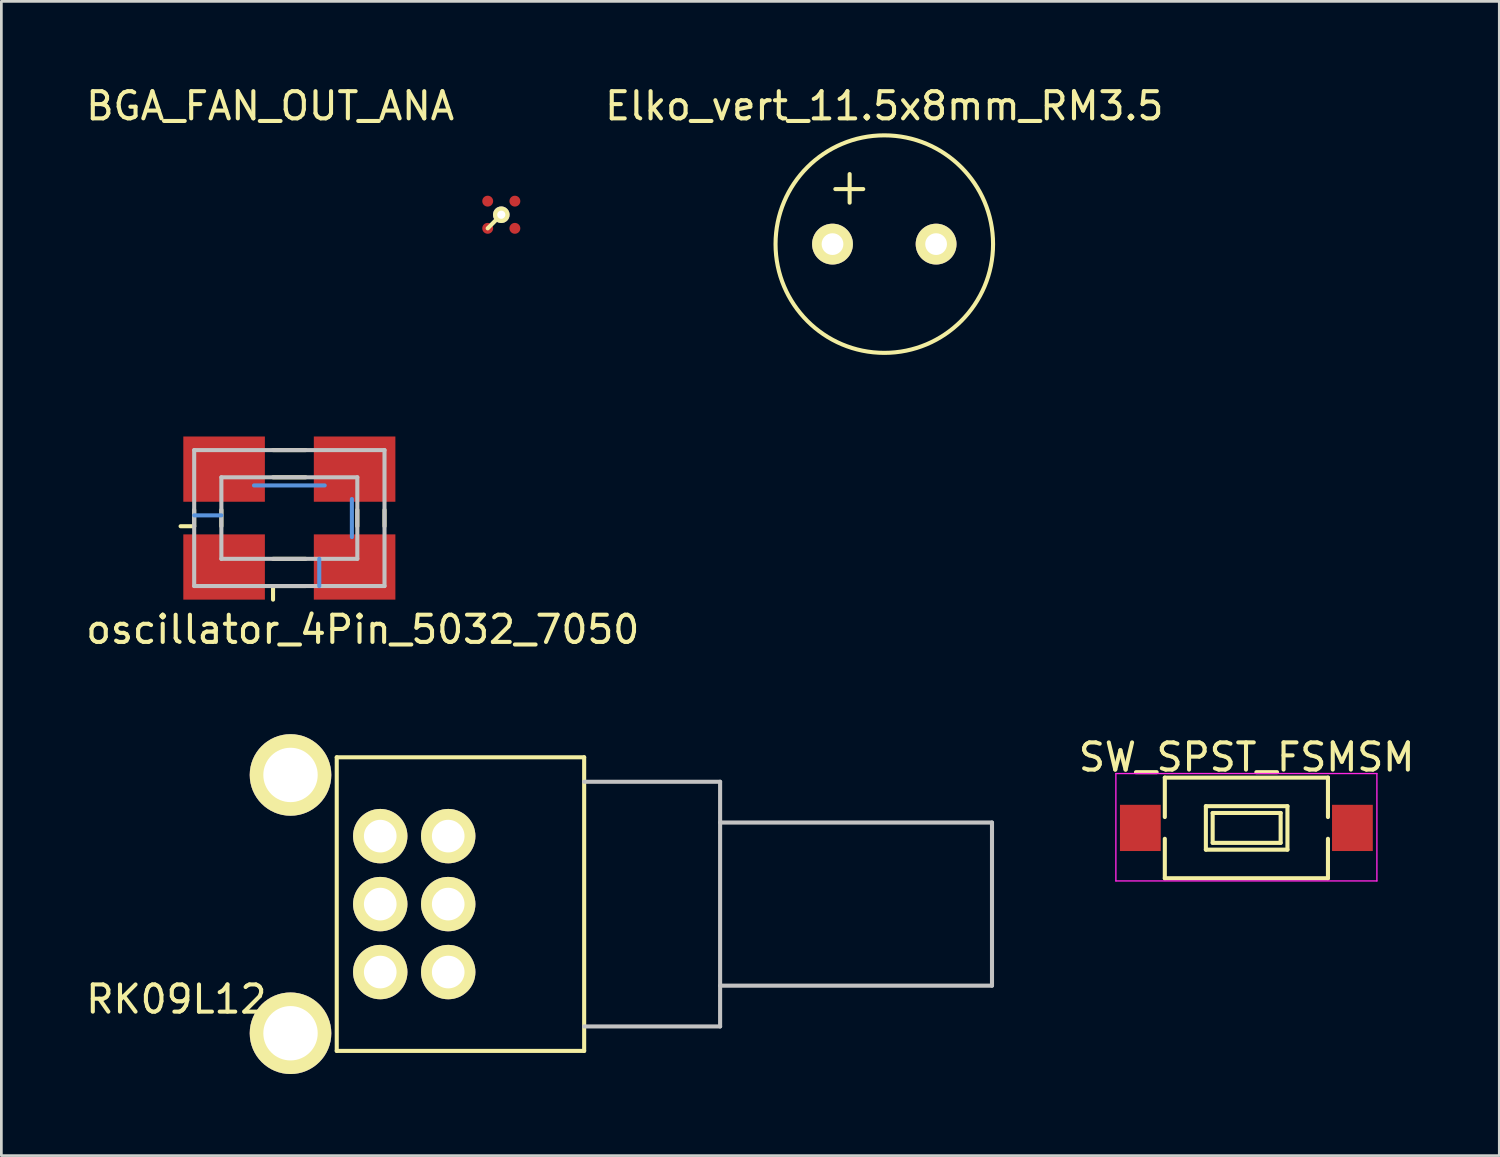
<source format=kicad_pcb>
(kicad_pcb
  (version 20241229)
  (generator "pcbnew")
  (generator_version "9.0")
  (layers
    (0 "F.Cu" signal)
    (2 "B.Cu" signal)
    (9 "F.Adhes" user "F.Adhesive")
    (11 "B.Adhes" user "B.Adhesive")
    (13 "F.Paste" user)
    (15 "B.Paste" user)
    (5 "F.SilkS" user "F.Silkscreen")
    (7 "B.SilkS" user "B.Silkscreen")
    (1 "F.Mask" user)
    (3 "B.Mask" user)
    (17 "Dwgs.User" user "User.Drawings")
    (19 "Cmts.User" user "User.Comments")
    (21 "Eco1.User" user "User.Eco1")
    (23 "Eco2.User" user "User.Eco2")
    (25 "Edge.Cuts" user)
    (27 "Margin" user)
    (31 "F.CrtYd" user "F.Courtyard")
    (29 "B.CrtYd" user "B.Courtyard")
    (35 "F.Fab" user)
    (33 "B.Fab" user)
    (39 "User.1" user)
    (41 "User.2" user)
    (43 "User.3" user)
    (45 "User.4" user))
  (footprint "BGA_FAN_OUT_ANA"
    (layer "F.Cu")
    (at 14.887 5.348)
    (property "Reference" "BGA_FAN_OUT_ANA" (at -8 -4.5 0) (layer "F.SilkS") (effects (font (size 1 1) (thickness 0.15))))
    (attr through_hole)
    (fp_line (start 0.5 -0.5) (end 0 0) (stroke (width 0.152) (type solid)) (layer "F.SilkS"))
    (pad "6" smd circle (at 0 -1) (size 0.4 0.4) (layers "F.Cu" "F.Mask" "F.Paste"))
    (pad "7" smd circle (at 0 0) (size 0.4 0.4) (layers "F.Cu" "F.Mask" "F.Paste"))
    (pad "8" smd circle (at 1 0) (size 0.4 0.4) (layers "F.Cu" "F.Mask" "F.Paste"))
    (pad "9" smd circle (at 1 -1) (size 0.4 0.4) (layers "F.Cu" "F.Mask" "F.Paste"))
    (pad "10" thru_hole circle (at 0.5 -0.5) (size 0.61 0.61) (drill 0.3) (layers "*.Cu" "*.Mask" "F.SilkS")))
  (footprint "SW_SPST_FSMSM"
    (layer "F.Cu")
    (at 42.791 27.4)
    (property "Reference" "SW_SPST_FSMSM" (at 0.01 -2.6 0) (layer "F.SilkS") (effects (font (size 1 1) (thickness 0.15))))
    (attr smd)
    (fp_line (start -3 -1.85) (end -3 -0.4) (stroke (width 0.15) (type solid)) (layer "F.SilkS"))
    (fp_line (start -3 -1.85) (end 3 -1.85) (stroke (width 0.15) (type solid)) (layer "F.SilkS"))
    (fp_line (start -3 0.4) (end -3 1.85) (stroke (width 0.15) (type solid)) (layer "F.SilkS"))
    (fp_line (start -3 1.85) (end 3 1.85) (stroke (width 0.15) (type solid)) (layer "F.SilkS"))
    (fp_line (start -1.49 -0.8) (end -1.49 0.8) (stroke (width 0.15) (type solid)) (layer "F.SilkS"))
    (fp_line (start -1.49 -0.8) (end 1.51 -0.8) (stroke (width 0.15) (type solid)) (layer "F.SilkS"))
    (fp_line (start -1.49 0.8) (end 1.51 0.8) (stroke (width 0.15) (type solid)) (layer "F.SilkS"))
    (fp_line (start -1.24 -0.55) (end 1.26 -0.55) (stroke (width 0.15) (type solid)) (layer "F.SilkS"))
    (fp_line (start -1.24 0.55) (end -1.24 -0.55) (stroke (width 0.15) (type solid)) (layer "F.SilkS"))
    (fp_line (start 1.26 -0.55) (end 1.26 0.55) (stroke (width 0.15) (type solid)) (layer "F.SilkS"))
    (fp_line (start 1.26 0.55) (end -1.24 0.55) (stroke (width 0.15) (type solid)) (layer "F.SilkS"))
    (fp_line (start 1.51 -0.8) (end 1.51 0.8) (stroke (width 0.15) (type solid)) (layer "F.SilkS"))
    (fp_line (start 3 -1.85) (end 3 -0.4) (stroke (width 0.15) (type solid)) (layer "F.SilkS"))
    (fp_line (start 3 0.4) (end 3 1.85) (stroke (width 0.15) (type solid)) (layer "F.SilkS"))
    (fp_line (start -4.8 -2) (end -4.8 1.95) (stroke (width 0.05) (type solid)) (layer "F.CrtYd"))
    (fp_line (start -4.8 -2) (end 4.8 -2) (stroke (width 0.05) (type solid)) (layer "F.CrtYd"))
    (fp_line (start -4.8 1.95) (end 4.8 1.95) (stroke (width 0.05) (type solid)) (layer "F.CrtYd"))
    (fp_line (start 4.8 -2) (end 4.8 1.95) (stroke (width 0.05) (type solid)) (layer "F.CrtYd"))
    (pad "1" smd rect (at -3.9 0) (size 1.5 1.7) (layers "F.Cu" "F.Mask" "F.Paste"))
    (pad "2" smd rect (at 3.9 0) (size 1.5 1.7) (layers "F.Cu" "F.Mask" "F.Paste")))
  (footprint "oscillator_4Pin_5032_7050"
    (layer "F.Cu")
    (at 5.192 17.804)
    (property "Reference" "oscillator_4Pin_5032_7050" (at 5.1 2.3 0) (layer "F.SilkS") (effects (font (size 1 1) (thickness 0.15))))
    (attr through_hole)
    (fp_line (start -1.1 -2.1) (end -1.1 -1.5) (stroke (width 0.15) (type solid)) (layer "F.SilkS"))
    (fp_line (start -1.1 -1.5) (end -1.6 -1.5) (stroke (width 0.15) (type solid)) (layer "F.SilkS"))
    (fp_line (start -0.1 -2.1) (end -0.1 -1.5) (stroke (width 0.15) (type solid)) (layer "F.SilkS"))
    (fp_line (start 1.8 -4.3) (end 3 -4.3) (stroke (width 0.15) (type solid)) (layer "F.SilkS"))
    (fp_line (start 1.8 -0.3) (end 3 -0.3) (stroke (width 0.15) (type solid)) (layer "F.SilkS"))
    (fp_line (start 1.8 0.7) (end 1.8 1.2) (stroke (width 0.15) (type solid)) (layer "F.SilkS"))
    (fp_line (start 1.8 0.7) (end 3 0.7) (stroke (width 0.15) (type solid)) (layer "F.SilkS"))
    (fp_line (start 3 -3.3) (end 1.8 -3.3) (stroke (width 0.15) (type solid)) (layer "F.SilkS"))
    (fp_line (start 4.9 -2.1) (end 4.9 -1.5) (stroke (width 0.15) (type solid)) (layer "F.SilkS"))
    (fp_line (start 5.9 -2.1) (end 5.9 -1.5) (stroke (width 0.15) (type solid)) (layer "F.SilkS"))
    (fp_line (start -1.1 -4.3) (end -1.1 0.7) (stroke (width 0.15) (type solid)) (layer "Dwgs.User"))
    (fp_line (start -1.1 0.7) (end 5.9 0.7) (stroke (width 0.15) (type solid)) (layer "Dwgs.User"))
    (fp_line (start -0.1 -3.3) (end 4.9 -3.3) (stroke (width 0.15) (type solid)) (layer "Dwgs.User"))
    (fp_line (start -0.1 -0.3) (end -0.1 -3.3) (stroke (width 0.15) (type solid)) (layer "Dwgs.User"))
    (fp_line (start -0.1 -0.3) (end 4.9 -0.3) (stroke (width 0.15) (type solid)) (layer "Dwgs.User"))
    (fp_line (start 4.9 -3.3) (end 4.9 -0.3) (stroke (width 0.15) (type solid)) (layer "Dwgs.User"))
    (fp_line (start 5.9 -4.3) (end -1.1 -4.3) (stroke (width 0.15) (type solid)) (layer "Dwgs.User"))
    (fp_line (start 5.9 0.7) (end 5.9 -4.3) (stroke (width 0.15) (type solid)) (layer "Dwgs.User"))
    (fp_line (start -1.1 -1.9) (end -0.1 -1.9) (stroke (width 0.15) (type solid)) (layer "Cmts.User"))
    (fp_line (start 1.1 -3) (end 3.7 -3) (stroke (width 0.15) (type solid)) (layer "Cmts.User"))
    (fp_line (start 3.5 -0.3) (end 3.5 0.7) (stroke (width 0.15) (type solid)) (layer "Cmts.User"))
    (fp_line (start 4.7 -1.1) (end 4.7 -2.5) (stroke (width 0.15) (type solid)) (layer "Cmts.User"))
    (pad "1" smd trapezoid (at 0 0) (size 3 2.4) (layers "F.Cu" "F.Mask" "F.Paste"))
    (pad "2" smd trapezoid (at 4.8 0) (size 3 2.4) (layers "F.Cu" "F.Mask" "F.Paste"))
    (pad "3" smd trapezoid (at 4.8 -3.6) (size 3 2.4) (layers "F.Cu" "F.Mask" "F.Paste"))
    (pad "4" smd trapezoid (at 0 -3.6) (size 3 2.4) (layers "F.Cu" "F.Mask" "F.Paste")))
  (footprint "Elko_vert_11.5x8mm_RM3.5"
    (layer "F.Cu")
    (at 27.569 5.928)
    (property "Reference" "Elko_vert_11.5x8mm_RM3.5" (at 1.905 -5.08 0) (layer "F.SilkS") (effects (font (size 1 1) (thickness 0.15))))
    (attr through_hole)
    (fp_line (start 0.104 -2.024) (end 1.13 -2.024) (stroke (width 0.15) (type solid)) (layer "F.SilkS"))
    (fp_line (start 0.63 -2.576) (end 0.63 -1.524) (stroke (width 0.15) (type solid)) (layer "F.SilkS"))
    (fp_circle (center 1.905 0) (end 5.905 0) (stroke (width 0.15) (type solid)) (fill no) (layer "F.SilkS"))
    (pad "1" thru_hole circle (at 0 0) (size 1.501 1.501) (drill 0.8) (layers "*.Cu" "*.Mask" "F.SilkS"))
    (pad "2" thru_hole circle (at 3.81 0) (size 1.501 1.501) (drill 0.8) (layers "*.Cu" "*.Mask" "F.SilkS")))
  (footprint "RK09L12"
    (layer "F.Cu")
    (at 7.635 30.202)
    (property "Reference" "RK09L12" (at -4.2 3.5 0) (layer "F.SilkS") (effects (font (size 1 1) (thickness 0.15))))
    (attr through_hole)
    (fp_line (start 1.7 5.4) (end 1.7 -5.4) (stroke (width 0.15) (type solid)) (layer "F.SilkS"))
    (fp_line (start 10.8 -5.4) (end 1.7 -5.4) (stroke (width 0.15) (type solid)) (layer "F.SilkS"))
    (fp_line (start 10.8 5.4) (end 1.7 5.4) (stroke (width 0.15) (type solid)) (layer "F.SilkS"))
    (fp_line (start 10.8 5.4) (end 10.8 -5.4) (stroke (width 0.15) (type solid)) (layer "F.SilkS"))
    (fp_line (start 10.8 -4.5) (end 15.8 -4.5) (stroke (width 0.15) (type solid)) (layer "Dwgs.User"))
    (fp_line (start 10.8 4.5) (end 15.8 4.5) (stroke (width 0.15) (type solid)) (layer "Dwgs.User"))
    (fp_line (start 15.8 -4.5) (end 15.8 4.5) (stroke (width 0.15) (type solid)) (layer "Dwgs.User"))
    (fp_line (start 15.8 -3) (end 25.8 -3) (stroke (width 0.15) (type solid)) (layer "Dwgs.User"))
    (fp_line (start 15.8 3) (end 25.8 3) (stroke (width 0.15) (type solid)) (layer "Dwgs.User"))
    (fp_line (start 25.8 -3) (end 25.8 3) (stroke (width 0.15) (type solid)) (layer "Dwgs.User"))
    (pad "1" thru_hole circle (at 5.8 2.5) (size 2 2) (drill 1.2) (layers "*.Cu" "*.Mask" "F.SilkS"))
    (pad "2" thru_hole circle (at 5.8 0) (size 2 2) (drill 1.2) (layers "*.Cu" "*.Mask" "F.SilkS"))
    (pad "3" thru_hole circle (at 5.8 -2.5) (size 2 2) (drill 1.2) (layers "*.Cu" "*.Mask" "F.SilkS"))
    (pad "4" thru_hole circle (at 3.3 2.5) (size 2 2) (drill 1.2) (layers "*.Cu" "*.Mask" "F.SilkS"))
    (pad "5" thru_hole circle (at 3.3 0) (size 2 2) (drill 1.2) (layers "*.Cu" "*.Mask" "F.SilkS"))
    (pad "6" thru_hole circle (at 3.3 -2.5) (size 2 2) (drill 1.2) (layers "*.Cu" "*.Mask" "F.SilkS"))
    (pad "7" thru_hole circle (at 0 -4.75) (size 3 3) (drill 2) (layers "*.Cu" "*.Mask" "F.SilkS"))
    (pad "7" thru_hole circle (at 0 4.75) (size 3 3) (drill 2) (layers "*.Cu" "*.Mask" "F.SilkS")))
  (gr_rect
    (start -3 -3)
    (end 52.093 39.452)
    (stroke (width 0.1) (type default))
    (fill no)
    (layer "Edge.Cuts")))
</source>
